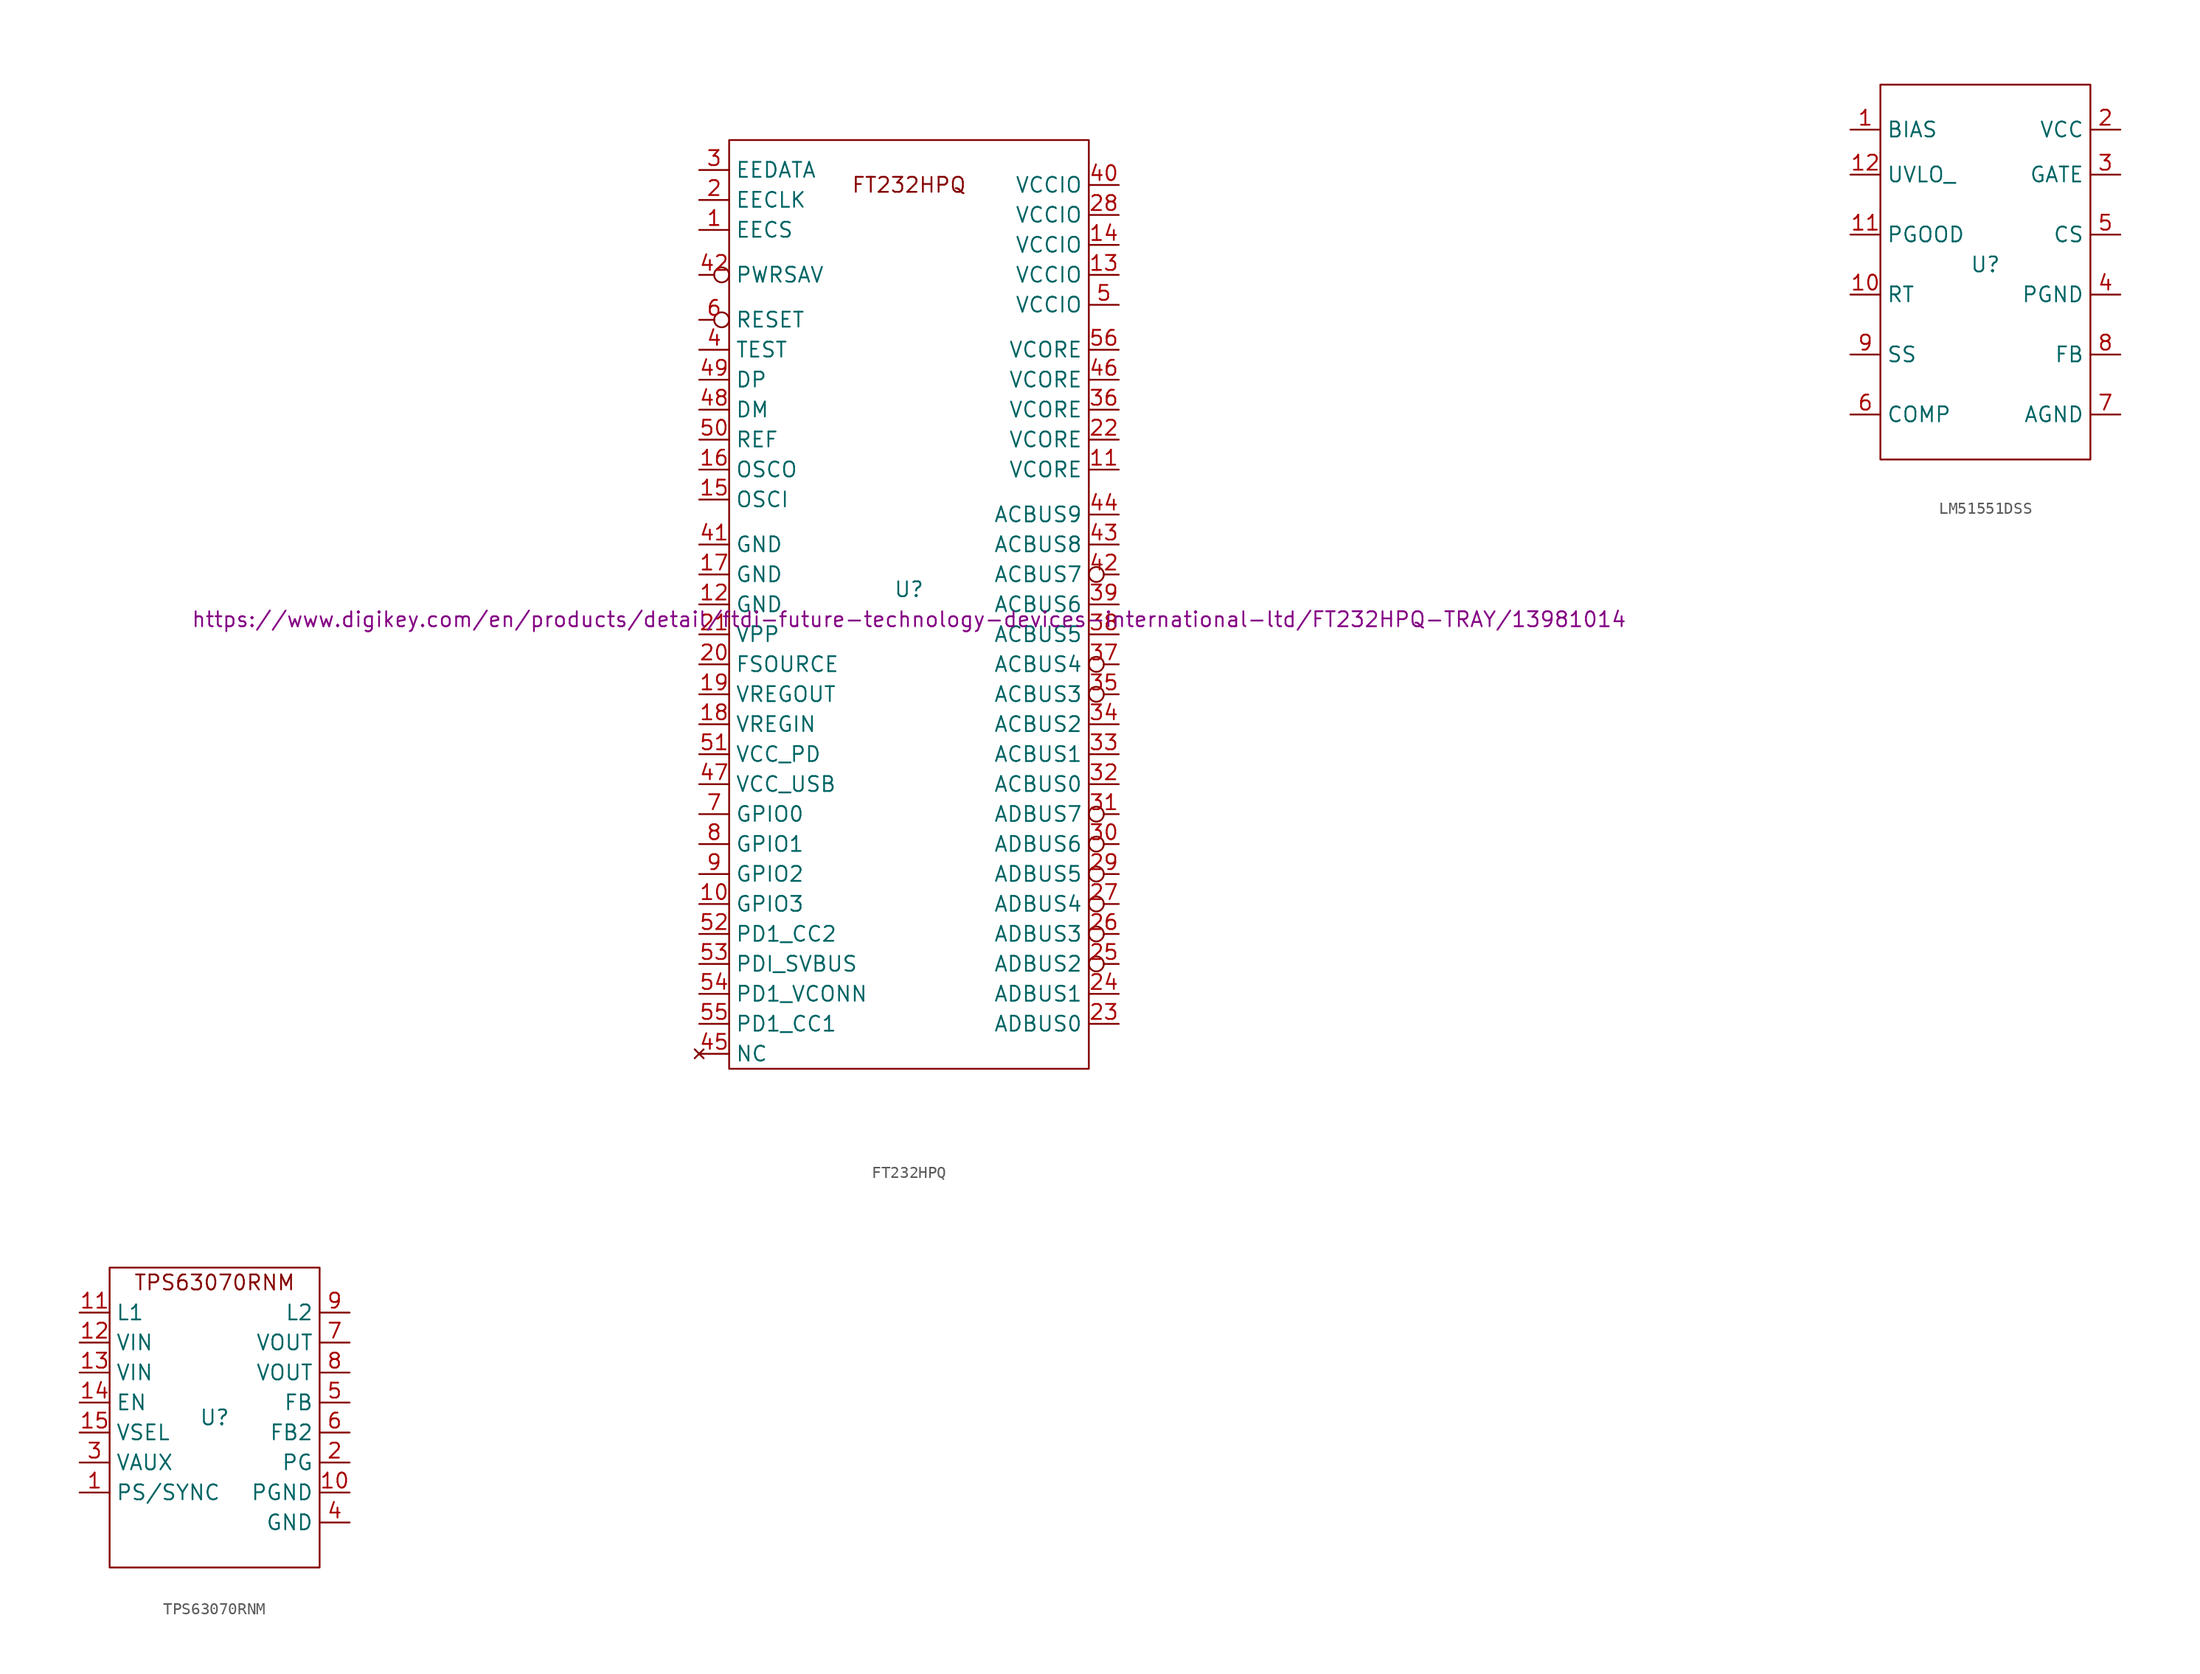
<source format=kicad_sym>
(kicad_symbol_lib
  (version 20220914)
  (generator kicad_symbol_editor)
  (symbol "FT232HPQ"
    (property "Reference" "U"
      (at 0 1.27 0)
      (effects (font (size 1.27 1.27))))
    (property "Value" ""
      (at 0 1.27 0)
      (effects (font (size 1.27 1.27))))
    (property "Order-Link" "https://www.digikey.com/en/products/detail/ftdi-future-technology-devices-international-ltd/FT232HPQ-TRAY/13981014"
      (at 0 -1.27 0)
      (effects (font (size 1.27 1.27))))
    (symbol "FT232HPQ_1_1"
      (rectangle (start -15.24 39.37) (end 15.24 -39.37) (stroke (width 0) (type default)) (fill (type none)))
      (text "FT232HPQ" (at 0 35.56 0) (effects (font (size 1.27 1.27))))
      (pin tri_state line (at -17.78 31.75 0) (length 2.54) (name "EECS" (effects (font (size 1.27 1.27)))) (number "1" (effects (font (size 1.27 1.27)))))
      (pin bidirectional line (at -17.78 -25.4 0) (length 2.54) (name "GPIO3" (effects (font (size 1.27 1.27)))) (number "10" (effects (font (size 1.27 1.27)))))
      (pin power_in line (at 17.78 11.43 180) (length 2.54) (name "VCORE" (effects (font (size 1.27 1.27)))) (number "11" (effects (font (size 1.27 1.27)))))
      (pin power_in line (at -17.78 0 0) (length 2.54) (name "GND" (effects (font (size 1.27 1.27)))) (number "12" (effects (font (size 1.27 1.27)))))
      (pin power_in line (at 17.78 27.94 180) (length 2.54) (name "VCCIO" (effects (font (size 1.27 1.27)))) (number "13" (effects (font (size 1.27 1.27)))))
      (pin power_in line (at 17.78 30.48 180) (length 2.54) (name "VCCIO" (effects (font (size 1.27 1.27)))) (number "14" (effects (font (size 1.27 1.27)))))
      (pin input line (at -17.78 8.89 0) (length 2.54) (name "OSCI" (effects (font (size 1.27 1.27)))) (number "15" (effects (font (size 1.27 1.27)))))
      (pin output line (at -17.78 11.43 0) (length 2.54) (name "OSCO" (effects (font (size 1.27 1.27)))) (number "16" (effects (font (size 1.27 1.27)))))
      (pin power_in line (at -17.78 2.54 0) (length 2.54) (name "GND" (effects (font (size 1.27 1.27)))) (number "17" (effects (font (size 1.27 1.27)))))
      (pin power_in line (at -17.78 -10.16 0) (length 2.54) (name "VREGIN" (effects (font (size 1.27 1.27)))) (number "18" (effects (font (size 1.27 1.27)))))
      (pin power_out line (at -17.78 -7.62 0) (length 2.54) (name "VREGOUT" (effects (font (size 1.27 1.27)))) (number "19" (effects (font (size 1.27 1.27)))))
      (pin output line (at -17.78 34.29 0) (length 2.54) (name "EECLK" (effects (font (size 1.27 1.27)))) (number "2" (effects (font (size 1.27 1.27)))))
      (pin power_in line (at -17.78 -5.08 0) (length 2.54) (name "FSOURCE" (effects (font (size 1.27 1.27)))) (number "20" (effects (font (size 1.27 1.27)))))
      (pin power_in line (at -17.78 -2.54 0) (length 2.54) (name "VPP" (effects (font (size 1.27 1.27)))) (number "21" (effects (font (size 1.27 1.27)))))
      (pin power_in line (at 17.78 13.97 180) (length 2.54) (name "VCORE" (effects (font (size 1.27 1.27)))) (number "22" (effects (font (size 1.27 1.27)))))
      (pin output line (at 17.78 -35.56 180) (length 2.54) (name "ADBUS0" (effects (font (size 1.27 1.27)))) (number "23" (effects (font (size 1.27 1.27)))))
      (pin input line (at 17.78 -33.02 180) (length 2.54) (name "ADBUS1" (effects (font (size 1.27 1.27)))) (number "24" (effects (font (size 1.27 1.27)))))
      (pin output inverted (at 17.78 -30.48 180) (length 2.54) (name "ADBUS2" (effects (font (size 1.27 1.27)))) (number "25" (effects (font (size 1.27 1.27)))))
      (pin output inverted (at 17.78 -27.94 180) (length 2.54) (name "ADBUS3" (effects (font (size 1.27 1.27)))) (number "26" (effects (font (size 1.27 1.27)))))
      (pin output inverted (at 17.78 -25.4 180) (length 2.54) (name "ADBUS4" (effects (font (size 1.27 1.27)))) (number "27" (effects (font (size 1.27 1.27)))))
      (pin power_in line (at 17.78 33.02 180) (length 2.54) (name "VCCIO" (effects (font (size 1.27 1.27)))) (number "28" (effects (font (size 1.27 1.27)))))
      (pin output inverted (at 17.78 -22.86 180) (length 2.54) (name "ADBUS5" (effects (font (size 1.27 1.27)))) (number "29" (effects (font (size 1.27 1.27)))))
      (pin bidirectional line (at -17.78 36.83 0) (length 2.54) (name "EEDATA" (effects (font (size 1.27 1.27)))) (number "3" (effects (font (size 1.27 1.27)))))
      (pin output inverted (at 17.78 -20.32 180) (length 2.54) (name "ADBUS6" (effects (font (size 1.27 1.27)))) (number "30" (effects (font (size 1.27 1.27)))))
      (pin output inverted (at 17.78 -17.78 180) (length 2.54) (name "ADBUS7" (effects (font (size 1.27 1.27)))) (number "31" (effects (font (size 1.27 1.27)))))
      (pin output line (at 17.78 -15.24 180) (length 2.54) (name "ACBUS0" (effects (font (size 1.27 1.27)))) (number "32" (effects (font (size 1.27 1.27)))))
      (pin bidirectional line (at 17.78 -12.7 180) (length 2.54) (name "ACBUS1" (effects (font (size 1.27 1.27)))) (number "33" (effects (font (size 1.27 1.27)))))
      (pin bidirectional line (at 17.78 -10.16 180) (length 2.54) (name "ACBUS2" (effects (font (size 1.27 1.27)))) (number "34" (effects (font (size 1.27 1.27)))))
      (pin output inverted (at 17.78 -7.62 180) (length 2.54) (name "ACBUS3" (effects (font (size 1.27 1.27)))) (number "35" (effects (font (size 1.27 1.27)))))
      (pin power_in line (at 17.78 16.51 180) (length 2.54) (name "VCORE" (effects (font (size 1.27 1.27)))) (number "36" (effects (font (size 1.27 1.27)))))
      (pin output inverted (at 17.78 -5.08 180) (length 2.54) (name "ACBUS4" (effects (font (size 1.27 1.27)))) (number "37" (effects (font (size 1.27 1.27)))))
      (pin bidirectional line (at 17.78 -2.54 180) (length 2.54) (name "ACBUS5" (effects (font (size 1.27 1.27)))) (number "38" (effects (font (size 1.27 1.27)))))
      (pin bidirectional line (at 17.78 0 180) (length 2.54) (name "ACBUS6" (effects (font (size 1.27 1.27)))) (number "39" (effects (font (size 1.27 1.27)))))
      (pin input line (at -17.78 21.59 0) (length 2.54) (name "TEST" (effects (font (size 1.27 1.27)))) (number "4" (effects (font (size 1.27 1.27)))))
      (pin power_in line (at 17.78 35.56 180) (length 2.54) (name "VCCIO" (effects (font (size 1.27 1.27)))) (number "40" (effects (font (size 1.27 1.27)))))
      (pin power_in line (at -17.78 5.08 0) (length 2.54) (name "GND" (effects (font (size 1.27 1.27)))) (number "41" (effects (font (size 1.27 1.27)))))
      (pin bidirectional inverted (at 17.78 2.54 180) (length 2.54) (name "ACBUS7" (effects (font (size 1.27 1.27)))) (number "42" (effects (font (size 1.27 1.27)))))
      (pin input inverted (at -17.78 27.94 0) (length 2.54) (name "PWRSAV" (effects (font (size 1.27 1.27)))) (number "42" (effects (font (size 1.27 1.27)))))
      (pin bidirectional line (at 17.78 5.08 180) (length 2.54) (name "ACBUS8" (effects (font (size 1.27 1.27)))) (number "43" (effects (font (size 1.27 1.27)))))
      (pin bidirectional line (at 17.78 7.62 180) (length 2.54) (name "ACBUS9" (effects (font (size 1.27 1.27)))) (number "44" (effects (font (size 1.27 1.27)))))
      (pin no_connect line (at -17.78 -38.1 0) (length 2.54) (name "NC" (effects (font (size 1.27 1.27)))) (number "45" (effects (font (size 1.27 1.27)))))
      (pin power_in line (at 17.78 19.05 180) (length 2.54) (name "VCORE" (effects (font (size 1.27 1.27)))) (number "46" (effects (font (size 1.27 1.27)))))
      (pin power_in line (at -17.78 -15.24 0) (length 2.54) (name "VCC_USB" (effects (font (size 1.27 1.27)))) (number "47" (effects (font (size 1.27 1.27)))))
      (pin bidirectional line (at -17.78 16.51 0) (length 2.54) (name "DM" (effects (font (size 1.27 1.27)))) (number "48" (effects (font (size 1.27 1.27)))))
      (pin bidirectional line (at -17.78 19.05 0) (length 2.54) (name "DP" (effects (font (size 1.27 1.27)))) (number "49" (effects (font (size 1.27 1.27)))))
      (pin power_in line (at 17.78 25.4 180) (length 2.54) (name "VCCIO" (effects (font (size 1.27 1.27)))) (number "5" (effects (font (size 1.27 1.27)))))
      (pin input line (at -17.78 13.97 0) (length 2.54) (name "REF" (effects (font (size 1.27 1.27)))) (number "50" (effects (font (size 1.27 1.27)))))
      (pin power_in line (at -17.78 -12.7 0) (length 2.54) (name "VCC_PD" (effects (font (size 1.27 1.27)))) (number "51" (effects (font (size 1.27 1.27)))))
      (pin bidirectional line (at -17.78 -27.94 0) (length 2.54) (name "PD1_CC2" (effects (font (size 1.27 1.27)))) (number "52" (effects (font (size 1.27 1.27)))))
      (pin input line (at -17.78 -30.48 0) (length 2.54) (name "PDI_SVBUS" (effects (font (size 1.27 1.27)))) (number "53" (effects (font (size 1.27 1.27)))))
      (pin power_in line (at -17.78 -33.02 0) (length 2.54) (name "PD1_VCONN" (effects (font (size 1.27 1.27)))) (number "54" (effects (font (size 1.27 1.27)))))
      (pin bidirectional line (at -17.78 -35.56 0) (length 2.54) (name "PD1_CC1" (effects (font (size 1.27 1.27)))) (number "55" (effects (font (size 1.27 1.27)))))
      (pin power_in line (at 17.78 21.59 180) (length 2.54) (name "VCORE" (effects (font (size 1.27 1.27)))) (number "56" (effects (font (size 1.27 1.27)))))
      (pin input inverted (at -17.78 24.13 0) (length 2.54) (name "RESET" (effects (font (size 1.27 1.27)))) (number "6" (effects (font (size 1.27 1.27)))))
      (pin bidirectional line (at -17.78 -17.78 0) (length 2.54) (name "GPIO0" (effects (font (size 1.27 1.27)))) (number "7" (effects (font (size 1.27 1.27)))))
      (pin bidirectional line (at -17.78 -20.32 0) (length 2.54) (name "GPIO1" (effects (font (size 1.27 1.27)))) (number "8" (effects (font (size 1.27 1.27)))))
      (pin bidirectional line (at -17.78 -22.86 0) (length 2.54) (name "GPIO2" (effects (font (size 1.27 1.27)))) (number "9" (effects (font (size 1.27 1.27)))))))
  (symbol "LM51551DSS"
    (property "Reference" "U"
      (at 0 2.54 0)
      (effects (font (size 1.27 1.27))))
    (symbol "LM51551DSS_1_1"
      (rectangle (start -8.89 17.78) (end 8.89 -13.97) (stroke (width 0) (type default)) (fill (type none)))
      (pin power_in line (at -11.43 13.97 0) (length 2.54) (name "BIAS" (effects (font (size 1.27 1.27)))) (number "1" (effects (font (size 1.27 1.27)))))
      (pin input line (at -11.43 0 0) (length 2.54) (name "RT" (effects (font (size 1.27 1.27)))) (number "10" (effects (font (size 1.27 1.27)))))
      (pin output line (at -11.43 5.08 0) (length 2.54) (name "PGOOD" (effects (font (size 1.27 1.27)))) (number "11" (effects (font (size 1.27 1.27)))))
      (pin input line (at -11.43 10.16 0) (length 2.54) (name "UVLO_" (effects (font (size 1.27 1.27)))) (number "12" (effects (font (size 1.27 1.27)))))
      (pin power_out line (at 11.43 13.97 180) (length 2.54) (name "VCC" (effects (font (size 1.27 1.27)))) (number "2" (effects (font (size 1.27 1.27)))))
      (pin output line (at 11.43 10.16 180) (length 2.54) (name "GATE" (effects (font (size 1.27 1.27)))) (number "3" (effects (font (size 1.27 1.27)))))
      (pin power_in line (at 11.43 0 180) (length 2.54) (name "PGND" (effects (font (size 1.27 1.27)))) (number "4" (effects (font (size 1.27 1.27)))))
      (pin input line (at 11.43 5.08 180) (length 2.54) (name "CS" (effects (font (size 1.27 1.27)))) (number "5" (effects (font (size 1.27 1.27)))))
      (pin output line (at -11.43 -10.16 0) (length 2.54) (name "COMP" (effects (font (size 1.27 1.27)))) (number "6" (effects (font (size 1.27 1.27)))))
      (pin power_in line (at 11.43 -10.16 180) (length 2.54) (name "AGND" (effects (font (size 1.27 1.27)))) (number "7" (effects (font (size 1.27 1.27)))))
      (pin input line (at 11.43 -5.08 180) (length 2.54) (name "FB" (effects (font (size 1.27 1.27)))) (number "8" (effects (font (size 1.27 1.27)))))
      (pin input line (at -11.43 -5.08 0) (length 2.54) (name "SS" (effects (font (size 1.27 1.27)))) (number "9" (effects (font (size 1.27 1.27)))))))
  (symbol "TPS63070RNM"
    (property "Reference" "U"
      (at 0 0 0)
      (effects (font (size 1.27 1.27))))
    (property "Value" ""
      (at 0 0 0)
      (effects (font (size 1.27 1.27))))
    (symbol "TPS63070RNM_0_1"
      (rectangle (start -8.89 12.7) (end 8.89 -12.7) (stroke (width 0) (type default)) (fill (type none))))
    (symbol "TPS63070RNM_1_1"
      (text "TPS63070RNM" (at 0 11.43 0) (effects (font (size 1.27 1.27))))
      (pin input line (at -11.43 -6.35 0) (length 2.54) (name "PS/SYNC" (effects (font (size 1.27 1.27)))) (number "1" (effects (font (size 1.27 1.27)))))
      (pin output line (at 11.43 -6.35 180) (length 2.54) (name "PGND" (effects (font (size 1.27 1.27)))) (number "10" (effects (font (size 1.27 1.27)))))
      (pin input line (at -11.43 8.89 0) (length 2.54) (name "L1" (effects (font (size 1.27 1.27)))) (number "11" (effects (font (size 1.27 1.27)))))
      (pin input line (at -11.43 6.35 0) (length 2.54) (name "VIN" (effects (font (size 1.27 1.27)))) (number "12" (effects (font (size 1.27 1.27)))))
      (pin input line (at -11.43 3.81 0) (length 2.54) (name "VIN" (effects (font (size 1.27 1.27)))) (number "13" (effects (font (size 1.27 1.27)))))
      (pin input line (at -11.43 1.27 0) (length 2.54) (name "EN" (effects (font (size 1.27 1.27)))) (number "14" (effects (font (size 1.27 1.27)))))
      (pin input line (at -11.43 -1.27 0) (length 2.54) (name "VSEL" (effects (font (size 1.27 1.27)))) (number "15" (effects (font (size 1.27 1.27)))))
      (pin output line (at 11.43 -3.81 180) (length 2.54) (name "PG" (effects (font (size 1.27 1.27)))) (number "2" (effects (font (size 1.27 1.27)))))
      (pin output line (at -11.43 -3.81 0) (length 2.54) (name "VAUX" (effects (font (size 1.27 1.27)))) (number "3" (effects (font (size 1.27 1.27)))))
      (pin power_in line (at 11.43 -8.89 180) (length 2.54) (name "GND" (effects (font (size 1.27 1.27)))) (number "4" (effects (font (size 1.27 1.27)))))
      (pin input line (at 11.43 1.27 180) (length 2.54) (name "FB" (effects (font (size 1.27 1.27)))) (number "5" (effects (font (size 1.27 1.27)))))
      (pin output line (at 11.43 -1.27 180) (length 2.54) (name "FB2" (effects (font (size 1.27 1.27)))) (number "6" (effects (font (size 1.27 1.27)))))
      (pin output line (at 11.43 6.35 180) (length 2.54) (name "VOUT" (effects (font (size 1.27 1.27)))) (number "7" (effects (font (size 1.27 1.27)))))
      (pin output line (at 11.43 3.81 180) (length 2.54) (name "VOUT" (effects (font (size 1.27 1.27)))) (number "8" (effects (font (size 1.27 1.27)))))
      (pin input line (at 11.43 8.89 180) (length 2.54) (name "L2" (effects (font (size 1.27 1.27)))) (number "9" (effects (font (size 1.27 1.27))))))))
</source>
